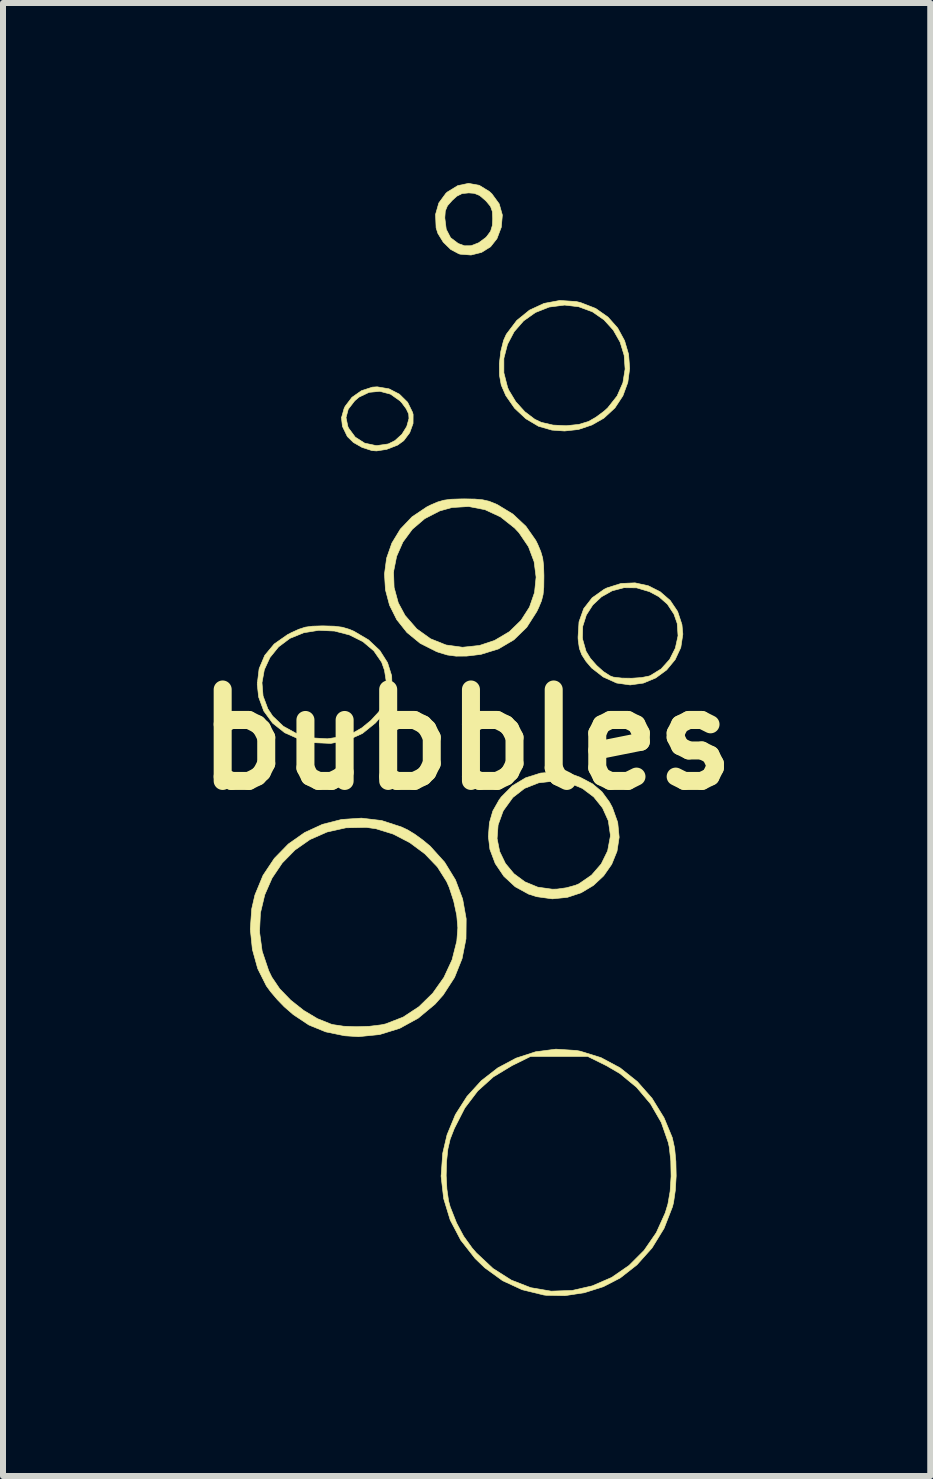
<source format=kicad_pcb>
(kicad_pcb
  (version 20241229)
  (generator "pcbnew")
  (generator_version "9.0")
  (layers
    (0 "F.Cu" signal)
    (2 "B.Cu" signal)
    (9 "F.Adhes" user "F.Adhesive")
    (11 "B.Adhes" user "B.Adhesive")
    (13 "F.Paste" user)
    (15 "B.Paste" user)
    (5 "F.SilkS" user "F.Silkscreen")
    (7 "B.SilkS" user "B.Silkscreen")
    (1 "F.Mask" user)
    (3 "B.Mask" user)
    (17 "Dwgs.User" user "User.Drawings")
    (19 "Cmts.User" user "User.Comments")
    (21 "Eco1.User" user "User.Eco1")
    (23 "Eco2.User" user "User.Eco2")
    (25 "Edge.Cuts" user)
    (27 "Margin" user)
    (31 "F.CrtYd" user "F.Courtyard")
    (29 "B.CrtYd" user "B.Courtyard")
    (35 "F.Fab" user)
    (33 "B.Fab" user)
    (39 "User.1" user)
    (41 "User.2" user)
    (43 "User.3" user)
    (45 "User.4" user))
  (footprint "bubbles"
    (layer "F.Cu")
    (at 4.724 9.272)
    (property "Reference" "bubbles" (at 0 0 0) (layer "F.SilkS") (effects (font (size 1.524 1.524) (thickness 0.3))))
    (attr through_hole)
    (fp_poly (pts (xy -1.293 -5.844) (xy -1.12 -5.755) (xy -0.983 -5.62) (xy -0.9 -5.451) (xy -0.891 -5.417) (xy -0.892 -5.266) (xy -0.948 -5.112) (xy -1.047 -4.98) (xy -1.149 -4.906) (xy -1.332 -4.835) (xy -1.5 -4.809) (xy -1.578 -4.815) (xy -1.742 -4.868) (xy -1.886 -4.95) (xy -1.986 -5.048) (xy -1.992 -5.059) (xy -2.069 -5.219) (xy -2.085 -5.363) (xy -2.084 -5.364) (xy -2.009 -5.364) (xy -1.978 -5.216) (xy -1.966 -5.189) (xy -1.855 -5.039) (xy -1.699 -4.939) (xy -1.512 -4.899) (xy -1.488 -4.899) (xy -1.304 -4.926) (xy -1.194 -4.981) (xy -1.078 -5.086) (xy -0.997 -5.217) (xy -0.96 -5.35) (xy -0.965 -5.425) (xy -1.006 -5.511) (xy -1.079 -5.61) (xy -1.111 -5.644) (xy -1.268 -5.755) (xy -1.445 -5.802) (xy -1.625 -5.785) (xy -1.793 -5.705) (xy -1.864 -5.644) (xy -1.972 -5.504) (xy -2.009 -5.364) (xy -2.084 -5.364) (xy -2.042 -5.513) (xy -2.024 -5.552) (xy -1.91 -5.702) (xy -1.751 -5.813) (xy -1.569 -5.872) (xy -1.489 -5.877) (xy -1.293 -5.844)) (stroke (width 0.01) (type solid)) (fill yes) (layer "F.SilkS"))
    (fp_poly (pts (xy 0.212 -9.234) (xy 0.38 -9.131) (xy 0.421 -9.093) (xy 0.543 -8.926) (xy 0.596 -8.739) (xy 0.578 -8.536) (xy 0.506 -8.346) (xy 0.4 -8.211) (xy 0.25 -8.117) (xy 0.074 -8.073) (xy -0.106 -8.087) (xy -0.128 -8.093) (xy -0.265 -8.166) (xy -0.389 -8.287) (xy -0.478 -8.432) (xy -0.508 -8.525) (xy -0.515 -8.692) (xy -0.363 -8.692) (xy -0.339 -8.501) (xy -0.266 -8.361) (xy -0.139 -8.265) (xy -0.036 -8.227) (xy 0.075 -8.228) (xy 0.201 -8.277) (xy 0.318 -8.363) (xy 0.336 -8.382) (xy 0.4 -8.469) (xy 0.429 -8.565) (xy 0.435 -8.676) (xy 0.429 -8.798) (xy 0.399 -8.882) (xy 0.331 -8.965) (xy 0.312 -8.984) (xy 0.217 -9.065) (xy 0.127 -9.101) (xy 0.036 -9.108) (xy -0.075 -9.097) (xy -0.163 -9.053) (xy -0.239 -8.984) (xy -0.319 -8.893) (xy -0.355 -8.806) (xy -0.363 -8.692) (xy -0.515 -8.692) (xy -0.518 -8.747) (xy -0.463 -8.94) (xy -0.346 -9.1) (xy -0.322 -9.122) (xy -0.148 -9.229) (xy 0.033 -9.267) (xy 0.212 -9.234)) (stroke (width 0.01) (type solid)) (fill yes) (layer "F.SilkS"))
    (fp_poly (pts (xy 3.026 -2.563) (xy 3.225 -2.463) (xy 3.392 -2.318) (xy 3.516 -2.134) (xy 3.588 -1.916) (xy 3.603 -1.757) (xy 3.569 -1.534) (xy 3.475 -1.332) (xy 3.333 -1.16) (xy 3.152 -1.027) (xy 2.946 -0.941) (xy 2.725 -0.91) (xy 2.5 -0.942) (xy 2.497 -0.943) (xy 2.276 -1.043) (xy 2.083 -1.193) (xy 1.99 -1.302) (xy 1.919 -1.413) (xy 1.879 -1.519) (xy 1.86 -1.652) (xy 1.858 -1.682) (xy 1.93 -1.682) (xy 1.99 -1.472) (xy 1.992 -1.468) (xy 2.062 -1.354) (xy 2.165 -1.236) (xy 2.281 -1.132) (xy 2.391 -1.061) (xy 2.444 -1.041) (xy 2.589 -1.024) (xy 2.754 -1.022) (xy 2.913 -1.033) (xy 3.036 -1.057) (xy 3.059 -1.065) (xy 3.241 -1.177) (xy 3.383 -1.335) (xy 3.478 -1.524) (xy 3.523 -1.729) (xy 3.509 -1.935) (xy 3.455 -2.089) (xy 3.346 -2.255) (xy 3.204 -2.38) (xy 3.048 -2.464) (xy 2.832 -2.528) (xy 2.622 -2.53) (xy 2.424 -2.478) (xy 2.248 -2.379) (xy 2.102 -2.242) (xy 1.995 -2.075) (xy 1.935 -1.886) (xy 1.93 -1.682) (xy 1.858 -1.682) (xy 1.857 -1.706) (xy 1.873 -1.962) (xy 1.951 -2.181) (xy 2.092 -2.362) (xy 2.292 -2.504) (xy 2.339 -2.527) (xy 2.573 -2.601) (xy 2.806 -2.611) (xy 3.026 -2.563)) (stroke (width 0.01) (type solid)) (fill yes) (layer "F.SilkS"))
    (fp_poly (pts (xy 1.757 0.579) (xy 1.889 0.627) (xy 2.099 0.738) (xy 2.255 0.87) (xy 2.38 1.041) (xy 2.429 1.132) (xy 2.518 1.381) (xy 2.542 1.627) (xy 2.506 1.861) (xy 2.418 2.078) (xy 2.284 2.27) (xy 2.112 2.431) (xy 1.908 2.553) (xy 1.678 2.629) (xy 1.429 2.654) (xy 1.169 2.618) (xy 1.033 2.575) (xy 0.809 2.452) (xy 0.621 2.278) (xy 0.477 2.065) (xy 0.388 1.828) (xy 0.367 1.649) (xy 0.508 1.649) (xy 0.551 1.865) (xy 0.647 2.064) (xy 0.789 2.235) (xy 0.971 2.37) (xy 1.186 2.459) (xy 1.428 2.493) (xy 1.507 2.491) (xy 1.664 2.469) (xy 1.812 2.428) (xy 1.872 2.403) (xy 2.081 2.259) (xy 2.243 2.072) (xy 2.35 1.854) (xy 2.394 1.618) (xy 2.395 1.586) (xy 2.361 1.352) (xy 2.265 1.139) (xy 2.118 0.956) (xy 1.929 0.814) (xy 1.71 0.722) (xy 1.474 0.69) (xy 1.201 0.721) (xy 0.966 0.813) (xy 0.771 0.965) (xy 0.617 1.178) (xy 0.606 1.198) (xy 0.525 1.423) (xy 0.508 1.649) (xy 0.367 1.649) (xy 0.363 1.619) (xy 0.38 1.386) (xy 0.437 1.19) (xy 0.543 1.003) (xy 0.578 0.956) (xy 0.761 0.771) (xy 0.984 0.637) (xy 1.234 0.558) (xy 1.496 0.538) (xy 1.757 0.579)) (stroke (width 0.01) (type solid)) (fill yes) (layer "F.SilkS"))
    (fp_poly (pts (xy 1.827 -7.298) (xy 1.899 -7.281) (xy 2.151 -7.183) (xy 2.357 -7.038) (xy 2.518 -6.856) (xy 2.632 -6.646) (xy 2.699 -6.419) (xy 2.717 -6.183) (xy 2.686 -5.95) (xy 2.604 -5.727) (xy 2.472 -5.526) (xy 2.287 -5.355) (xy 2.089 -5.242) (xy 1.863 -5.166) (xy 1.632 -5.141) (xy 1.422 -5.156) (xy 1.198 -5.22) (xy 0.986 -5.346) (xy 0.8 -5.52) (xy 0.653 -5.731) (xy 0.577 -5.907) (xy 0.548 -6.069) (xy 0.547 -6.11) (xy 0.621 -6.11) (xy 0.684 -5.865) (xy 0.705 -5.818) (xy 0.819 -5.629) (xy 0.969 -5.463) (xy 1.137 -5.336) (xy 1.245 -5.285) (xy 1.44 -5.24) (xy 1.658 -5.229) (xy 1.87 -5.251) (xy 2.032 -5.3) (xy 2.154 -5.37) (xy 2.285 -5.467) (xy 2.35 -5.525) (xy 2.508 -5.725) (xy 2.604 -5.944) (xy 2.641 -6.173) (xy 2.625 -6.402) (xy 2.558 -6.621) (xy 2.444 -6.822) (xy 2.289 -6.993) (xy 2.096 -7.127) (xy 1.868 -7.211) (xy 1.633 -7.239) (xy 1.376 -7.206) (xy 1.146 -7.115) (xy 0.949 -6.975) (xy 0.792 -6.795) (xy 0.681 -6.584) (xy 0.621 -6.352) (xy 0.621 -6.11) (xy 0.547 -6.11) (xy 0.546 -6.266) (xy 0.57 -6.469) (xy 0.616 -6.651) (xy 0.662 -6.753) (xy 0.835 -6.982) (xy 1.048 -7.155) (xy 1.29 -7.267) (xy 1.553 -7.316) (xy 1.827 -7.298)) (stroke (width 0.01) (type solid)) (fill yes) (layer "F.SilkS"))
    (fp_poly (pts (xy -2.204 -1.889) (xy -2.071 -1.872) (xy -1.954 -1.837) (xy -1.878 -1.805) (xy -1.634 -1.661) (xy -1.446 -1.484) (xy -1.317 -1.281) (xy -1.248 -1.062) (xy -1.241 -0.835) (xy -1.299 -0.607) (xy -1.423 -0.388) (xy -1.517 -0.278) (xy -1.735 -0.102) (xy -1.986 0.012) (xy -2.263 0.064) (xy -2.556 0.051) (xy -2.779 -0.002) (xy -3.031 -0.114) (xy -3.232 -0.274) (xy -3.379 -0.475) (xy -3.465 -0.709) (xy -3.488 -0.922) (xy -3.485 -0.947) (xy -3.409 -0.947) (xy -3.391 -0.726) (xy -3.311 -0.512) (xy -3.231 -0.391) (xy -3.054 -0.222) (xy -2.833 -0.1) (xy -2.584 -0.029) (xy -2.32 -0.013) (xy -2.055 -0.053) (xy -1.897 -0.108) (xy -1.745 -0.195) (xy -1.594 -0.319) (xy -1.466 -0.458) (xy -1.381 -0.592) (xy -1.375 -0.608) (xy -1.34 -0.77) (xy -1.338 -0.963) (xy -1.368 -1.155) (xy -1.415 -1.288) (xy -1.546 -1.478) (xy -1.729 -1.632) (xy -1.951 -1.743) (xy -2.2 -1.808) (xy -2.464 -1.82) (xy -2.712 -1.78) (xy -2.944 -1.686) (xy -3.133 -1.544) (xy -3.276 -1.367) (xy -3.37 -1.164) (xy -3.409 -0.947) (xy -3.485 -0.947) (xy -3.457 -1.18) (xy -3.363 -1.403) (xy -3.206 -1.592) (xy -2.984 -1.748) (xy -2.922 -1.78) (xy -2.795 -1.838) (xy -2.687 -1.873) (xy -2.57 -1.889) (xy -2.415 -1.894) (xy -2.382 -1.894) (xy -2.204 -1.889)) (stroke (width 0.01) (type solid)) (fill yes) (layer "F.SilkS"))
    (fp_poly (pts (xy 0.14 -4.007) (xy 0.268 -3.995) (xy 0.373 -3.971) (xy 0.48 -3.929) (xy 0.516 -3.912) (xy 0.771 -3.757) (xy 0.988 -3.554) (xy 1.153 -3.318) (xy 1.184 -3.256) (xy 1.236 -3.132) (xy 1.268 -3.022) (xy 1.283 -2.9) (xy 1.288 -2.738) (xy 1.288 -2.703) (xy 1.286 -2.536) (xy 1.274 -2.415) (xy 1.248 -2.312) (xy 1.201 -2.199) (xy 1.169 -2.132) (xy 1.002 -1.87) (xy 0.788 -1.662) (xy 0.531 -1.51) (xy 0.237 -1.419) (xy 0 -1.391) (xy -0.176 -1.39) (xy -0.32 -1.409) (xy -0.469 -1.454) (xy -0.502 -1.466) (xy -0.773 -1.603) (xy -0.994 -1.784) (xy -1.164 -1.998) (xy -1.284 -2.239) (xy -1.352 -2.495) (xy -1.368 -2.759) (xy -1.363 -2.796) (xy -1.217 -2.796) (xy -1.208 -2.535) (xy -1.138 -2.278) (xy -1.025 -2.068) (xy -0.83 -1.844) (xy -0.6 -1.679) (xy -0.343 -1.576) (xy -0.068 -1.538) (xy 0.215 -1.568) (xy 0.465 -1.651) (xy 0.713 -1.798) (xy 0.907 -1.987) (xy 1.048 -2.207) (xy 1.132 -2.45) (xy 1.158 -2.706) (xy 1.125 -2.963) (xy 1.031 -3.213) (xy 0.873 -3.446) (xy 0.8 -3.524) (xy 0.565 -3.71) (xy 0.307 -3.83) (xy 0.035 -3.883) (xy -0.245 -3.866) (xy -0.448 -3.809) (xy -0.698 -3.68) (xy -0.904 -3.504) (xy -1.061 -3.291) (xy -1.166 -3.052) (xy -1.217 -2.796) (xy -1.363 -2.796) (xy -1.333 -3.022) (xy -1.245 -3.274) (xy -1.104 -3.506) (xy -0.91 -3.71) (xy -0.663 -3.876) (xy -0.599 -3.908) (xy -0.483 -3.958) (xy -0.379 -3.988) (xy -0.263 -4.004) (xy -0.109 -4.009) (xy -0.036 -4.01) (xy 0.14 -4.007)) (stroke (width 0.01) (type solid)) (fill yes) (layer "F.SilkS"))
    (fp_poly (pts (xy -1.415 1.349) (xy -1.084 1.457) (xy -0.984 1.504) (xy -0.865 1.576) (xy -0.726 1.677) (xy -0.607 1.776) (xy -0.366 2.043) (xy -0.185 2.339) (xy -0.066 2.656) (xy -0.007 2.986) (xy -0.01 3.32) (xy -0.075 3.649) (xy -0.201 3.964) (xy -0.39 4.256) (xy -0.526 4.409) (xy -0.806 4.642) (xy -1.116 4.812) (xy -1.45 4.915) (xy -1.801 4.95) (xy -2.032 4.935) (xy -2.348 4.87) (xy -2.627 4.756) (xy -2.887 4.583) (xy -3.038 4.452) (xy -3.154 4.332) (xy -3.266 4.2) (xy -3.336 4.104) (xy -3.48 3.817) (xy -3.569 3.496) (xy -3.599 3.204) (xy -3.45 3.204) (xy -3.406 3.527) (xy -3.297 3.851) (xy -3.246 3.957) (xy -3.115 4.151) (xy -2.931 4.341) (xy -2.714 4.513) (xy -2.483 4.651) (xy -2.258 4.741) (xy -2.222 4.75) (xy -2.049 4.776) (xy -1.837 4.784) (xy -1.618 4.777) (xy -1.423 4.753) (xy -1.348 4.737) (xy -1.057 4.624) (xy -0.793 4.45) (xy -0.565 4.227) (xy -0.378 3.963) (xy -0.242 3.67) (xy -0.163 3.357) (xy -0.146 3.137) (xy -0.164 2.928) (xy -0.215 2.691) (xy -0.29 2.462) (xy -0.333 2.365) (xy -0.486 2.123) (xy -0.696 1.904) (xy -0.946 1.718) (xy -1.222 1.575) (xy -1.509 1.486) (xy -1.671 1.463) (xy -2.01 1.47) (xy -2.324 1.54) (xy -2.608 1.665) (xy -2.859 1.84) (xy -3.071 2.056) (xy -3.241 2.308) (xy -3.363 2.587) (xy -3.435 2.889) (xy -3.45 3.204) (xy -3.599 3.204) (xy -3.604 3.158) (xy -3.58 2.82) (xy -3.527 2.59) (xy -3.392 2.263) (xy -3.203 1.979) (xy -2.97 1.74) (xy -2.7 1.55) (xy -2.401 1.412) (xy -2.082 1.331) (xy -1.751 1.309) (xy -1.415 1.349)) (stroke (width 0.01) (type solid)) (fill yes) (layer "F.SilkS"))
    (fp_poly (pts (xy 1.831 5.18) (xy 1.894 5.192) (xy 2.239 5.299) (xy 2.558 5.47) (xy 2.844 5.698) (xy 3.09 5.977) (xy 3.29 6.302) (xy 3.427 6.632) (xy 3.466 6.808) (xy 3.487 7.029) (xy 3.492 7.27) (xy 3.478 7.507) (xy 3.448 7.714) (xy 3.43 7.785) (xy 3.29 8.144) (xy 3.09 8.47) (xy 2.838 8.752) (xy 2.56 8.97) (xy 2.278 9.116) (xy 1.963 9.216) (xy 1.638 9.265) (xy 1.325 9.259) (xy 1.285 9.254) (xy 0.925 9.166) (xy 0.6 9.016) (xy 0.303 8.801) (xy 0.142 8.646) (xy -0.097 8.341) (xy -0.273 8.005) (xy -0.382 7.648) (xy -0.425 7.275) (xy -0.424 7.265) (xy -0.34 7.265) (xy -0.328 7.491) (xy -0.3 7.687) (xy -0.274 7.783) (xy -0.167 8.054) (xy -0.049 8.275) (xy 0.092 8.471) (xy 0.163 8.553) (xy 0.441 8.813) (xy 0.745 9.006) (xy 1.069 9.132) (xy 1.409 9.19) (xy 1.761 9.178) (xy 2.093 9.102) (xy 2.416 8.962) (xy 2.706 8.762) (xy 2.957 8.511) (xy 3.161 8.215) (xy 3.31 7.885) (xy 3.354 7.739) (xy 3.391 7.527) (xy 3.407 7.277) (xy 3.402 7.019) (xy 3.376 6.787) (xy 3.36 6.713) (xy 3.244 6.38) (xy 3.065 6.07) (xy 2.833 5.795) (xy 2.555 5.565) (xy 2.329 5.433) (xy 2.019 5.28) (xy 1.065 5.28) (xy 0.755 5.433) (xy 0.446 5.62) (xy 0.186 5.854) (xy -0.03 6.139) (xy -0.205 6.481) (xy -0.274 6.658) (xy -0.312 6.823) (xy -0.334 7.034) (xy -0.34 7.265) (xy -0.424 7.265) (xy -0.398 6.893) (xy -0.326 6.586) (xy -0.186 6.247) (xy 0.007 5.945) (xy 0.245 5.684) (xy 0.52 5.47) (xy 0.824 5.308) (xy 1.149 5.202) (xy 1.487 5.158) (xy 1.831 5.18)) (stroke (width 0.01) (type solid)) (fill yes) (layer "F.SilkS")))
  (gr_rect
    (start -3 -3)
    (end 12.449 21.542)
    (stroke (width 0.1) (type default))
    (fill no)
    (layer "Edge.Cuts")))
</source>
